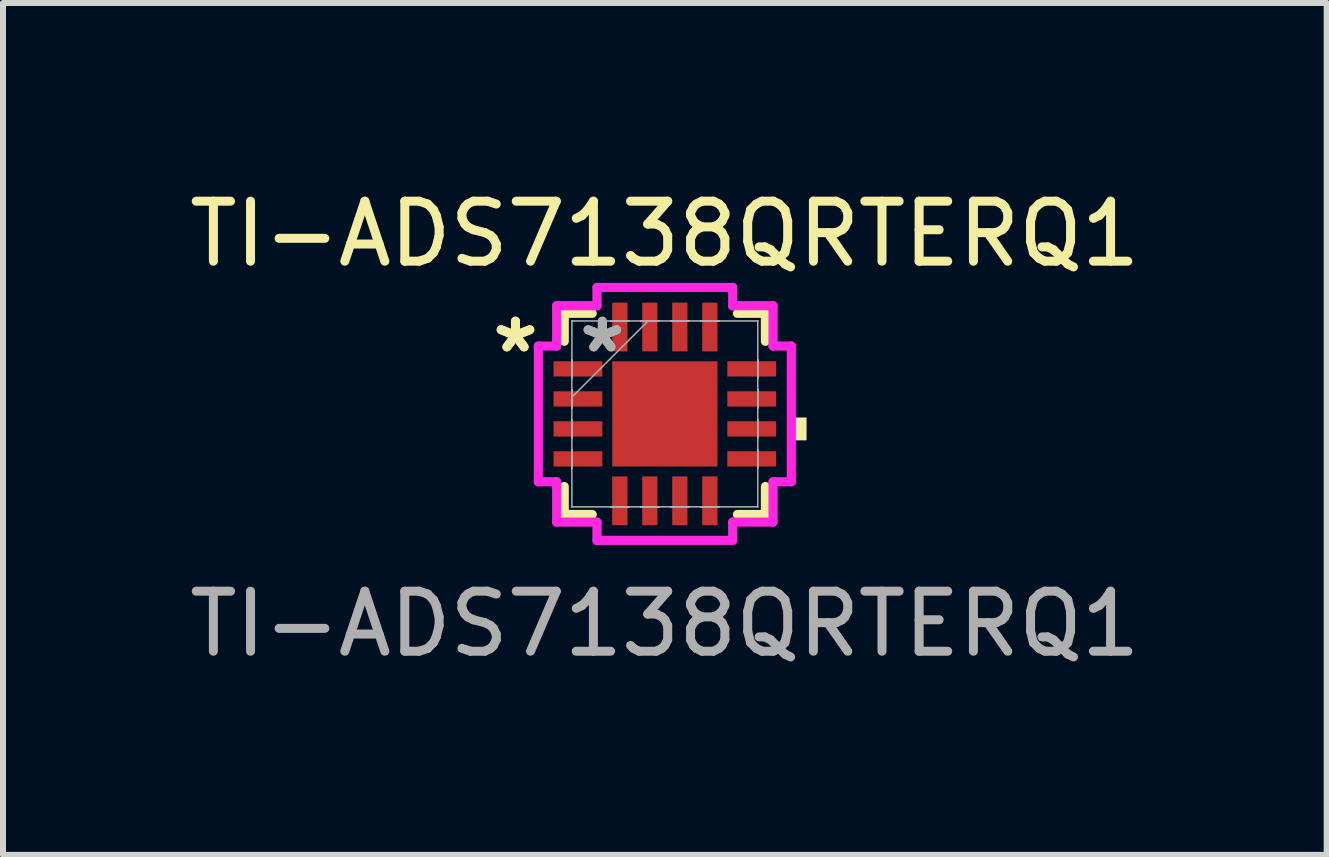
<source format=kicad_pcb>
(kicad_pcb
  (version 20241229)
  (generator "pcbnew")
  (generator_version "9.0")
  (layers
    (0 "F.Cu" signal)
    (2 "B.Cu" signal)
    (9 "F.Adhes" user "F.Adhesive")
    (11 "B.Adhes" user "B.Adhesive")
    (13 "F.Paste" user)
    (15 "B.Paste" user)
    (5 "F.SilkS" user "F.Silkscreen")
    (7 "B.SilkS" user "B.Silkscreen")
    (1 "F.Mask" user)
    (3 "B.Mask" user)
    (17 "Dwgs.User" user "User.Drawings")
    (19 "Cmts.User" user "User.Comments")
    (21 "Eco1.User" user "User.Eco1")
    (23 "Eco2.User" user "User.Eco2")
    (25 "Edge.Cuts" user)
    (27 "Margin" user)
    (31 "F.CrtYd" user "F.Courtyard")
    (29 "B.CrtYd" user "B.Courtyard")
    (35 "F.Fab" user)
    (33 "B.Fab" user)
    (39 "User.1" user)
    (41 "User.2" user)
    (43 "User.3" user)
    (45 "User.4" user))
  (footprint "TI-ADS7138QRTERQ1"
    (layer "F.Cu")
    (at 8.03 3.848)
    (property "Reference" "TI-ADS7138QRTERQ1" (at 0 -3 0) (unlocked yes) (layer "F.SilkS") (effects (font (size 1 1) (thickness 0.15))))
    (attr smd)
    (fp_line (start -1.676 -1.676) (end -1.676 -1.21) (stroke (width 0.152) (type solid)) (layer "F.SilkS"))
    (fp_line (start -1.676 1.21) (end -1.676 1.676) (stroke (width 0.152) (type solid)) (layer "F.SilkS"))
    (fp_line (start -1.676 1.676) (end -1.21 1.676) (stroke (width 0.152) (type solid)) (layer "F.SilkS"))
    (fp_line (start -1.21 -1.676) (end -1.676 -1.676) (stroke (width 0.152) (type solid)) (layer "F.SilkS"))
    (fp_line (start 1.21 1.676) (end 1.676 1.676) (stroke (width 0.152) (type solid)) (layer "F.SilkS"))
    (fp_line (start 1.676 -1.676) (end 1.21 -1.676) (stroke (width 0.152) (type solid)) (layer "F.SilkS"))
    (fp_line (start 1.676 -1.21) (end 1.676 -1.676) (stroke (width 0.152) (type solid)) (layer "F.SilkS"))
    (fp_line (start 1.676 1.676) (end 1.676 1.21) (stroke (width 0.152) (type solid)) (layer "F.SilkS"))
    (fp_poly (pts (xy 2.362 0.06) (xy 2.362 0.441) (xy 2.108 0.441) (xy 2.108 0.06)) (stroke (width 0) (type solid)) (fill yes) (layer "F.SilkS"))
    (fp_line (start -2.108 -1.131) (end -1.803 -1.131) (stroke (width 0.152) (type solid)) (layer "F.CrtYd"))
    (fp_line (start -2.108 1.131) (end -2.108 -1.131) (stroke (width 0.152) (type solid)) (layer "F.CrtYd"))
    (fp_line (start -1.803 -1.803) (end -1.131 -1.803) (stroke (width 0.152) (type solid)) (layer "F.CrtYd"))
    (fp_line (start -1.803 -1.131) (end -1.803 -1.803) (stroke (width 0.152) (type solid)) (layer "F.CrtYd"))
    (fp_line (start -1.803 1.131) (end -2.108 1.131) (stroke (width 0.152) (type solid)) (layer "F.CrtYd"))
    (fp_line (start -1.803 1.803) (end -1.803 1.131) (stroke (width 0.152) (type solid)) (layer "F.CrtYd"))
    (fp_line (start -1.131 -2.108) (end 1.131 -2.108) (stroke (width 0.152) (type solid)) (layer "F.CrtYd"))
    (fp_line (start -1.131 -1.803) (end -1.131 -2.108) (stroke (width 0.152) (type solid)) (layer "F.CrtYd"))
    (fp_line (start -1.131 1.803) (end -1.803 1.803) (stroke (width 0.152) (type solid)) (layer "F.CrtYd"))
    (fp_line (start -1.131 2.108) (end -1.131 1.803) (stroke (width 0.152) (type solid)) (layer "F.CrtYd"))
    (fp_line (start 1.131 -2.108) (end 1.131 -1.803) (stroke (width 0.152) (type solid)) (layer "F.CrtYd"))
    (fp_line (start 1.131 -1.803) (end 1.803 -1.803) (stroke (width 0.152) (type solid)) (layer "F.CrtYd"))
    (fp_line (start 1.131 1.803) (end 1.131 2.108) (stroke (width 0.152) (type solid)) (layer "F.CrtYd"))
    (fp_line (start 1.131 2.108) (end -1.131 2.108) (stroke (width 0.152) (type solid)) (layer "F.CrtYd"))
    (fp_line (start 1.803 -1.803) (end 1.803 -1.131) (stroke (width 0.152) (type solid)) (layer "F.CrtYd"))
    (fp_line (start 1.803 -1.131) (end 2.108 -1.131) (stroke (width 0.152) (type solid)) (layer "F.CrtYd"))
    (fp_line (start 1.803 1.131) (end 1.803 1.803) (stroke (width 0.152) (type solid)) (layer "F.CrtYd"))
    (fp_line (start 1.803 1.803) (end 1.131 1.803) (stroke (width 0.152) (type solid)) (layer "F.CrtYd"))
    (fp_line (start 2.108 -1.131) (end 2.108 1.131) (stroke (width 0.152) (type solid)) (layer "F.CrtYd"))
    (fp_line (start 2.108 1.131) (end 1.803 1.131) (stroke (width 0.152) (type solid)) (layer "F.CrtYd"))
    (fp_line (start -1.549 -1.549) (end -1.549 -1.549) (stroke (width 0.025) (type solid)) (layer "F.Fab"))
    (fp_line (start -1.549 -1.549) (end -1.549 1.549) (stroke (width 0.025) (type solid)) (layer "F.Fab"))
    (fp_line (start -1.549 -0.903) (end -1.549 -0.903) (stroke (width 0.025) (type solid)) (layer "F.Fab"))
    (fp_line (start -1.549 -0.903) (end -1.549 -0.598) (stroke (width 0.025) (type solid)) (layer "F.Fab"))
    (fp_line (start -1.549 -0.598) (end -1.549 -0.903) (stroke (width 0.025) (type solid)) (layer "F.Fab"))
    (fp_line (start -1.549 -0.598) (end -1.549 -0.598) (stroke (width 0.025) (type solid)) (layer "F.Fab"))
    (fp_line (start -1.549 -0.402) (end -1.549 -0.402) (stroke (width 0.025) (type solid)) (layer "F.Fab"))
    (fp_line (start -1.549 -0.402) (end -1.549 -0.098) (stroke (width 0.025) (type solid)) (layer "F.Fab"))
    (fp_line (start -1.549 -0.279) (end -0.279 -1.549) (stroke (width 0.025) (type solid)) (layer "F.Fab"))
    (fp_line (start -1.549 -0.098) (end -1.549 -0.402) (stroke (width 0.025) (type solid)) (layer "F.Fab"))
    (fp_line (start -1.549 -0.098) (end -1.549 -0.098) (stroke (width 0.025) (type solid)) (layer "F.Fab"))
    (fp_line (start -1.549 0.098) (end -1.549 0.098) (stroke (width 0.025) (type solid)) (layer "F.Fab"))
    (fp_line (start -1.549 0.098) (end -1.549 0.402) (stroke (width 0.025) (type solid)) (layer "F.Fab"))
    (fp_line (start -1.549 0.402) (end -1.549 0.098) (stroke (width 0.025) (type solid)) (layer "F.Fab"))
    (fp_line (start -1.549 0.402) (end -1.549 0.402) (stroke (width 0.025) (type solid)) (layer "F.Fab"))
    (fp_line (start -1.549 0.598) (end -1.549 0.598) (stroke (width 0.025) (type solid)) (layer "F.Fab"))
    (fp_line (start -1.549 0.598) (end -1.549 0.903) (stroke (width 0.025) (type solid)) (layer "F.Fab"))
    (fp_line (start -1.549 0.903) (end -1.549 0.598) (stroke (width 0.025) (type solid)) (layer "F.Fab"))
    (fp_line (start -1.549 0.903) (end -1.549 0.903) (stroke (width 0.025) (type solid)) (layer "F.Fab"))
    (fp_line (start -1.549 1.549) (end -1.549 1.549) (stroke (width 0.025) (type solid)) (layer "F.Fab"))
    (fp_line (start -1.549 1.549) (end 1.549 1.549) (stroke (width 0.025) (type solid)) (layer "F.Fab"))
    (fp_line (start -0.903 -1.549) (end -0.903 -1.549) (stroke (width 0.025) (type solid)) (layer "F.Fab"))
    (fp_line (start -0.903 -1.549) (end -0.598 -1.549) (stroke (width 0.025) (type solid)) (layer "F.Fab"))
    (fp_line (start -0.903 1.549) (end -0.903 1.549) (stroke (width 0.025) (type solid)) (layer "F.Fab"))
    (fp_line (start -0.903 1.549) (end -0.598 1.549) (stroke (width 0.025) (type solid)) (layer "F.Fab"))
    (fp_line (start -0.598 -1.549) (end -0.903 -1.549) (stroke (width 0.025) (type solid)) (layer "F.Fab"))
    (fp_line (start -0.598 -1.549) (end -0.598 -1.549) (stroke (width 0.025) (type solid)) (layer "F.Fab"))
    (fp_line (start -0.598 1.549) (end -0.903 1.549) (stroke (width 0.025) (type solid)) (layer "F.Fab"))
    (fp_line (start -0.598 1.549) (end -0.598 1.549) (stroke (width 0.025) (type solid)) (layer "F.Fab"))
    (fp_line (start -0.402 -1.549) (end -0.402 -1.549) (stroke (width 0.025) (type solid)) (layer "F.Fab"))
    (fp_line (start -0.402 -1.549) (end -0.098 -1.549) (stroke (width 0.025) (type solid)) (layer "F.Fab"))
    (fp_line (start -0.402 1.549) (end -0.402 1.549) (stroke (width 0.025) (type solid)) (layer "F.Fab"))
    (fp_line (start -0.402 1.549) (end -0.098 1.549) (stroke (width 0.025) (type solid)) (layer "F.Fab"))
    (fp_line (start -0.098 -1.549) (end -0.402 -1.549) (stroke (width 0.025) (type solid)) (layer "F.Fab"))
    (fp_line (start -0.098 -1.549) (end -0.098 -1.549) (stroke (width 0.025) (type solid)) (layer "F.Fab"))
    (fp_line (start -0.098 1.549) (end -0.402 1.549) (stroke (width 0.025) (type solid)) (layer "F.Fab"))
    (fp_line (start -0.098 1.549) (end -0.098 1.549) (stroke (width 0.025) (type solid)) (layer "F.Fab"))
    (fp_line (start 0.098 -1.549) (end 0.098 -1.549) (stroke (width 0.025) (type solid)) (layer "F.Fab"))
    (fp_line (start 0.098 -1.549) (end 0.402 -1.549) (stroke (width 0.025) (type solid)) (layer "F.Fab"))
    (fp_line (start 0.098 1.549) (end 0.098 1.549) (stroke (width 0.025) (type solid)) (layer "F.Fab"))
    (fp_line (start 0.098 1.549) (end 0.402 1.549) (stroke (width 0.025) (type solid)) (layer "F.Fab"))
    (fp_line (start 0.402 -1.549) (end 0.098 -1.549) (stroke (width 0.025) (type solid)) (layer "F.Fab"))
    (fp_line (start 0.402 -1.549) (end 0.402 -1.549) (stroke (width 0.025) (type solid)) (layer "F.Fab"))
    (fp_line (start 0.402 1.549) (end 0.098 1.549) (stroke (width 0.025) (type solid)) (layer "F.Fab"))
    (fp_line (start 0.402 1.549) (end 0.402 1.549) (stroke (width 0.025) (type solid)) (layer "F.Fab"))
    (fp_line (start 0.598 -1.549) (end 0.598 -1.549) (stroke (width 0.025) (type solid)) (layer "F.Fab"))
    (fp_line (start 0.598 -1.549) (end 0.903 -1.549) (stroke (width 0.025) (type solid)) (layer "F.Fab"))
    (fp_line (start 0.598 1.549) (end 0.598 1.549) (stroke (width 0.025) (type solid)) (layer "F.Fab"))
    (fp_line (start 0.598 1.549) (end 0.903 1.549) (stroke (width 0.025) (type solid)) (layer "F.Fab"))
    (fp_line (start 0.903 -1.549) (end 0.598 -1.549) (stroke (width 0.025) (type solid)) (layer "F.Fab"))
    (fp_line (start 0.903 -1.549) (end 0.903 -1.549) (stroke (width 0.025) (type solid)) (layer "F.Fab"))
    (fp_line (start 0.903 1.549) (end 0.598 1.549) (stroke (width 0.025) (type solid)) (layer "F.Fab"))
    (fp_line (start 0.903 1.549) (end 0.903 1.549) (stroke (width 0.025) (type solid)) (layer "F.Fab"))
    (fp_line (start 1.549 -1.549) (end -1.549 -1.549) (stroke (width 0.025) (type solid)) (layer "F.Fab"))
    (fp_line (start 1.549 -1.549) (end 1.549 -1.549) (stroke (width 0.025) (type solid)) (layer "F.Fab"))
    (fp_line (start 1.549 -0.903) (end 1.549 -0.903) (stroke (width 0.025) (type solid)) (layer "F.Fab"))
    (fp_line (start 1.549 -0.903) (end 1.549 -0.598) (stroke (width 0.025) (type solid)) (layer "F.Fab"))
    (fp_line (start 1.549 -0.598) (end 1.549 -0.903) (stroke (width 0.025) (type solid)) (layer "F.Fab"))
    (fp_line (start 1.549 -0.598) (end 1.549 -0.598) (stroke (width 0.025) (type solid)) (layer "F.Fab"))
    (fp_line (start 1.549 -0.402) (end 1.549 -0.402) (stroke (width 0.025) (type solid)) (layer "F.Fab"))
    (fp_line (start 1.549 -0.402) (end 1.549 -0.098) (stroke (width 0.025) (type solid)) (layer "F.Fab"))
    (fp_line (start 1.549 -0.098) (end 1.549 -0.402) (stroke (width 0.025) (type solid)) (layer "F.Fab"))
    (fp_line (start 1.549 -0.098) (end 1.549 -0.098) (stroke (width 0.025) (type solid)) (layer "F.Fab"))
    (fp_line (start 1.549 0.098) (end 1.549 0.098) (stroke (width 0.025) (type solid)) (layer "F.Fab"))
    (fp_line (start 1.549 0.098) (end 1.549 0.402) (stroke (width 0.025) (type solid)) (layer "F.Fab"))
    (fp_line (start 1.549 0.402) (end 1.549 0.098) (stroke (width 0.025) (type solid)) (layer "F.Fab"))
    (fp_line (start 1.549 0.402) (end 1.549 0.402) (stroke (width 0.025) (type solid)) (layer "F.Fab"))
    (fp_line (start 1.549 0.598) (end 1.549 0.598) (stroke (width 0.025) (type solid)) (layer "F.Fab"))
    (fp_line (start 1.549 0.598) (end 1.549 0.903) (stroke (width 0.025) (type solid)) (layer "F.Fab"))
    (fp_line (start 1.549 0.903) (end 1.549 0.598) (stroke (width 0.025) (type solid)) (layer "F.Fab"))
    (fp_line (start 1.549 0.903) (end 1.549 0.903) (stroke (width 0.025) (type solid)) (layer "F.Fab"))
    (fp_line (start 1.549 1.549) (end 1.549 -1.549) (stroke (width 0.025) (type solid)) (layer "F.Fab"))
    (fp_line (start 1.549 1.549) (end 1.549 1.549) (stroke (width 0.025) (type solid)) (layer "F.Fab"))
    (fp_text user "*" (at -2.489 -1 0) (layer "F.SilkS") (effects (font (size 1 1) (thickness 0.15))))
    (fp_text user "*" (at -2.489 -1 0) (unlocked yes) (layer "F.SilkS") (effects (font (size 1 1) (thickness 0.15))))
    (fp_text user "*" (at -1.041 -1 0) (unlocked yes) (layer "F.Fab") (effects (font (size 1 1) (thickness 0.15))))
    (fp_text user "*" (at -1.041 -1 0) (layer "F.Fab") (effects (font (size 1 1) (thickness 0.15))))
    (fp_text user "${REFERENCE}" (at 0 3.5 0) (unlocked yes) (layer "F.Fab") (effects (font (size 1 1) (thickness 0.15))))
    (pad "1" smd rect (at -1.448 -0.75 90) (size 0.254 0.813) (layers "F.Cu" "F.Mask" "F.Paste"))
    (pad "2" smd rect (at -1.448 -0.25 90) (size 0.254 0.813) (layers "F.Cu" "F.Mask" "F.Paste"))
    (pad "3" smd rect (at -1.448 0.25 90) (size 0.254 0.813) (layers "F.Cu" "F.Mask" "F.Paste"))
    (pad "4" smd rect (at -1.448 0.75 90) (size 0.254 0.813) (layers "F.Cu" "F.Mask" "F.Paste"))
    (pad "5" smd rect (at -0.75 1.448) (size 0.254 0.813) (layers "F.Cu" "F.Mask" "F.Paste"))
    (pad "6" smd rect (at -0.25 1.448) (size 0.254 0.813) (layers "F.Cu" "F.Mask" "F.Paste"))
    (pad "7" smd rect (at 0.25 1.448) (size 0.254 0.813) (layers "F.Cu" "F.Mask" "F.Paste"))
    (pad "8" smd rect (at 0.75 1.448) (size 0.254 0.813) (layers "F.Cu" "F.Mask" "F.Paste"))
    (pad "9" smd rect (at 1.448 0.75 90) (size 0.254 0.813) (layers "F.Cu" "F.Mask" "F.Paste"))
    (pad "10" smd rect (at 1.448 0.25 90) (size 0.254 0.813) (layers "F.Cu" "F.Mask" "F.Paste"))
    (pad "11" smd rect (at 1.448 -0.25 90) (size 0.254 0.813) (layers "F.Cu" "F.Mask" "F.Paste"))
    (pad "12" smd rect (at 1.448 -0.75 90) (size 0.254 0.813) (layers "F.Cu" "F.Mask" "F.Paste"))
    (pad "13" smd rect (at 0.75 -1.448) (size 0.254 0.813) (layers "F.Cu" "F.Mask" "F.Paste"))
    (pad "14" smd rect (at 0.25 -1.448) (size 0.254 0.813) (layers "F.Cu" "F.Mask" "F.Paste"))
    (pad "15" smd rect (at -0.25 -1.448) (size 0.254 0.813) (layers "F.Cu" "F.Mask" "F.Paste"))
    (pad "16" smd rect (at -0.75 -1.448) (size 0.254 0.813) (layers "F.Cu" "F.Mask" "F.Paste"))
    (pad "17" smd rect (at 0 0) (size 1.753 1.753) (layers "F.Cu" "F.Mask" "F.Paste")))
  (gr_rect
    (start -3 -3)
    (end 19.06 11.197)
    (stroke (width 0.1) (type default))
    (fill no)
    (layer "Edge.Cuts")))
</source>
